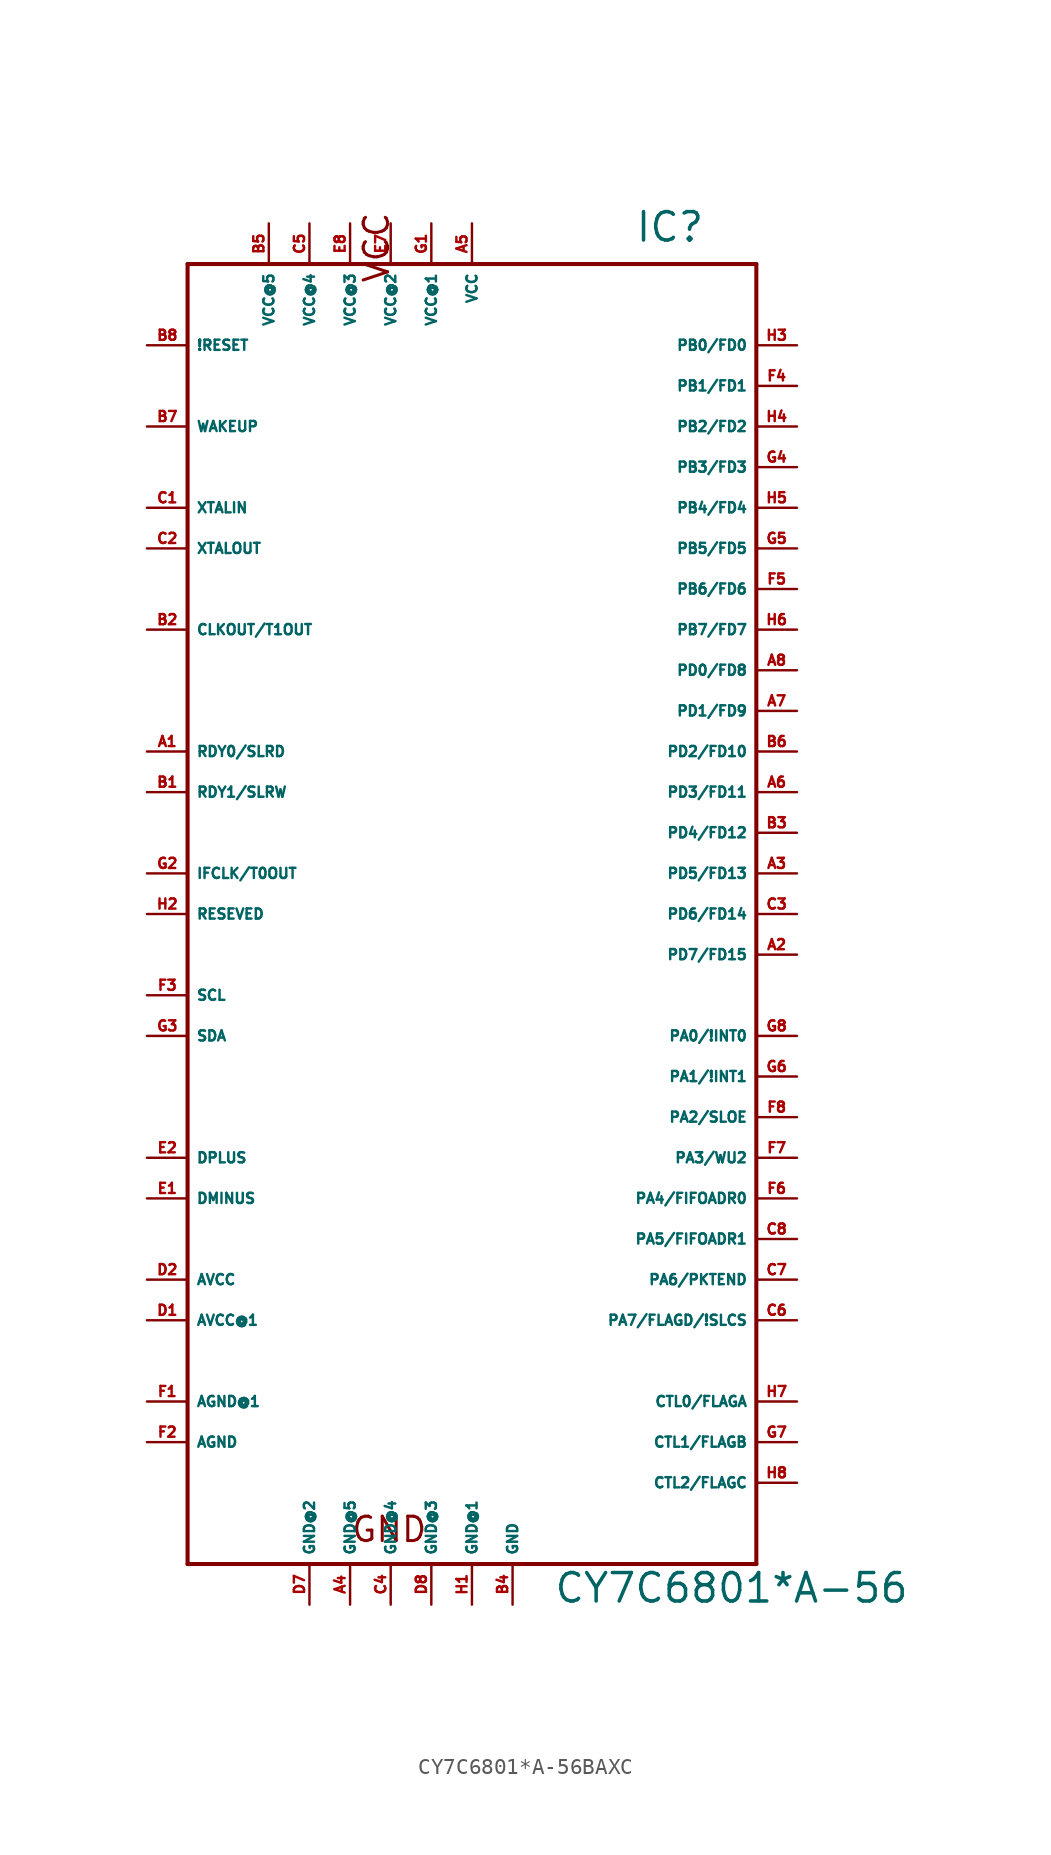
<source format=kicad_sym>
(kicad_symbol_lib
  (version 20220914)
  (generator Eagle2Kicad)
  (symbol "CY7C6801*A-56BAXC"
    (property "Reference" "IC"
      (at 10.16 39.37 0)
      (effects (font (size 1.778 1.778) (thickness 0.22)) (justify left bottom)))
    (property "Value" "CY7C6801*A-56"
      (at 5.08 -45.72 0)
      (effects (font (size 1.778 1.778) (thickness 0.22)) (justify left bottom)))
    (polyline
      (pts (xy -17.78 38.1) (xy 17.78 38.1))
      (stroke (width 0.254) (type default))
      (fill (type none)))
    (polyline
      (pts (xy 17.78 38.1) (xy 17.78 -43.18))
      (stroke (width 0.254) (type default))
      (fill (type none)))
    (polyline
      (pts (xy 17.78 -43.18) (xy -17.78 -43.18))
      (stroke (width 0.254) (type default))
      (fill (type none)))
    (polyline
      (pts (xy -17.78 -43.18) (xy -17.78 38.1))
      (stroke (width 0.254) (type default))
      (fill (type none)))
    (text "GND"
      (at -7.62 -41.91 0)
      (effects (font (size 1.524 1.524) (thickness 0.19)) (justify left bottom)))
    (text "VCC"
      (at -5.08 36.83 1800)
      (effects (font (size 1.524 1.524) (thickness 0.19)) (justify left bottom)))
    (pin input line
      (at -20.32 15.24 0)
      (length 2.54)
      (name "CLKOUT/T1OUT" (effects (font (size 0.635 0.635) (thickness 0.08)) (justify left bottom)))
      (number "B2" (effects (font (size 0.635 0.635) (thickness 0.08)) (justify left bottom))))
    (pin input line
      (at 0 40.64 270)
      (length 2.54)
      (name "VCC" (effects (font (size 0.635 0.635) (thickness 0.08)) (justify left bottom)))
      (number "A5" (effects (font (size 0.635 0.635) (thickness 0.08)) (justify left bottom))))
    (pin input line
      (at 2.54 -45.72 90)
      (length 2.54)
      (name "GND" (effects (font (size 0.635 0.635) (thickness 0.08)) (justify left bottom)))
      (number "B4" (effects (font (size 0.635 0.635) (thickness 0.08)) (justify left bottom))))
    (pin input line
      (at -20.32 7.62 0)
      (length 2.54)
      (name "RDY0/SLRD" (effects (font (size 0.635 0.635) (thickness 0.08)) (justify left bottom)))
      (number "A1" (effects (font (size 0.635 0.635) (thickness 0.08)) (justify left bottom))))
    (pin input line
      (at -20.32 5.08 0)
      (length 2.54)
      (name "RDY1/SLRW" (effects (font (size 0.635 0.635) (thickness 0.08)) (justify left bottom)))
      (number "B1" (effects (font (size 0.635 0.635) (thickness 0.08)) (justify left bottom))))
    (pin input line
      (at -20.32 -25.4 0)
      (length 2.54)
      (name "AVCC" (effects (font (size 0.635 0.635) (thickness 0.08)) (justify left bottom)))
      (number "D2" (effects (font (size 0.635 0.635) (thickness 0.08)) (justify left bottom))))
    (pin input line
      (at -20.32 20.32 0)
      (length 2.54)
      (name "XTALOUT" (effects (font (size 0.635 0.635) (thickness 0.08)) (justify left bottom)))
      (number "C2" (effects (font (size 0.635 0.635) (thickness 0.08)) (justify left bottom))))
    (pin input line
      (at -20.32 22.86 0)
      (length 2.54)
      (name "XTALIN" (effects (font (size 0.635 0.635) (thickness 0.08)) (justify left bottom)))
      (number "C1" (effects (font (size 0.635 0.635) (thickness 0.08)) (justify left bottom))))
    (pin input line
      (at -20.32 -35.56 0)
      (length 2.54)
      (name "AGND" (effects (font (size 0.635 0.635) (thickness 0.08)) (justify left bottom)))
      (number "F2" (effects (font (size 0.635 0.635) (thickness 0.08)) (justify left bottom))))
    (pin input line
      (at -20.32 -27.94 0)
      (length 2.54)
      (name "AVCC@1" (effects (font (size 0.635 0.635) (thickness 0.08)) (justify left bottom)))
      (number "D1" (effects (font (size 0.635 0.635) (thickness 0.08)) (justify left bottom))))
    (pin bidirectional line
      (at -20.32 -17.78 0)
      (length 2.54)
      (name "DPLUS" (effects (font (size 0.635 0.635) (thickness 0.08)) (justify left bottom)))
      (number "E2" (effects (font (size 0.635 0.635) (thickness 0.08)) (justify left bottom))))
    (pin bidirectional line
      (at -20.32 -20.32 0)
      (length 2.54)
      (name "DMINUS" (effects (font (size 0.635 0.635) (thickness 0.08)) (justify left bottom)))
      (number "E1" (effects (font (size 0.635 0.635) (thickness 0.08)) (justify left bottom))))
    (pin input line
      (at -20.32 -33.02 0)
      (length 2.54)
      (name "AGND@1" (effects (font (size 0.635 0.635) (thickness 0.08)) (justify left bottom)))
      (number "F1" (effects (font (size 0.635 0.635) (thickness 0.08)) (justify left bottom))))
    (pin input line
      (at -2.54 40.64 270)
      (length 2.54)
      (name "VCC@1" (effects (font (size 0.635 0.635) (thickness 0.08)) (justify left bottom)))
      (number "G1" (effects (font (size 0.635 0.635) (thickness 0.08)) (justify left bottom))))
    (pin input line
      (at 0 -45.72 90)
      (length 2.54)
      (name "GND@1" (effects (font (size 0.635 0.635) (thickness 0.08)) (justify left bottom)))
      (number "H1" (effects (font (size 0.635 0.635) (thickness 0.08)) (justify left bottom))))
    (pin bidirectional line
      (at -20.32 0 0)
      (length 2.54)
      (name "IFCLK/T0OUT" (effects (font (size 0.635 0.635) (thickness 0.08)) (justify left bottom)))
      (number "G2" (effects (font (size 0.635 0.635) (thickness 0.08)) (justify left bottom))))
    (pin input line
      (at -20.32 -2.54 0)
      (length 2.54)
      (name "RESEVED" (effects (font (size 0.635 0.635) (thickness 0.08)) (justify left bottom)))
      (number "H2" (effects (font (size 0.635 0.635) (thickness 0.08)) (justify left bottom))))
    (pin output line
      (at -20.32 -7.62 0)
      (length 2.54)
      (name "SCL" (effects (font (size 0.635 0.635) (thickness 0.08)) (justify left bottom)))
      (number "F3" (effects (font (size 0.635 0.635) (thickness 0.08)) (justify left bottom))))
    (pin bidirectional line
      (at -20.32 -10.16 0)
      (length 2.54)
      (name "SDA" (effects (font (size 0.635 0.635) (thickness 0.08)) (justify left bottom)))
      (number "G3" (effects (font (size 0.635 0.635) (thickness 0.08)) (justify left bottom))))
    (pin input line
      (at -5.08 40.64 270)
      (length 2.54)
      (name "VCC@2" (effects (font (size 0.635 0.635) (thickness 0.08)) (justify left bottom)))
      (number "E7" (effects (font (size 0.635 0.635) (thickness 0.08)) (justify left bottom))))
    (pin bidirectional line
      (at 20.32 33.02 180)
      (length 2.54)
      (name "PB0/FD0" (effects (font (size 0.635 0.635) (thickness 0.08)) (justify left bottom)))
      (number "H3" (effects (font (size 0.635 0.635) (thickness 0.08)) (justify left bottom))))
    (pin bidirectional line
      (at 20.32 30.48 180)
      (length 2.54)
      (name "PB1/FD1" (effects (font (size 0.635 0.635) (thickness 0.08)) (justify left bottom)))
      (number "F4" (effects (font (size 0.635 0.635) (thickness 0.08)) (justify left bottom))))
    (pin bidirectional line
      (at 20.32 27.94 180)
      (length 2.54)
      (name "PB2/FD2" (effects (font (size 0.635 0.635) (thickness 0.08)) (justify left bottom)))
      (number "H4" (effects (font (size 0.635 0.635) (thickness 0.08)) (justify left bottom))))
    (pin bidirectional line
      (at 20.32 25.4 180)
      (length 2.54)
      (name "PB3/FD3" (effects (font (size 0.635 0.635) (thickness 0.08)) (justify left bottom)))
      (number "G4" (effects (font (size 0.635 0.635) (thickness 0.08)) (justify left bottom))))
    (pin input line
      (at -7.62 40.64 270)
      (length 2.54)
      (name "VCC@3" (effects (font (size 0.635 0.635) (thickness 0.08)) (justify left bottom)))
      (number "E8" (effects (font (size 0.635 0.635) (thickness 0.08)) (justify left bottom))))
    (pin input line
      (at -2.54 -45.72 90)
      (length 2.54)
      (name "GND@3" (effects (font (size 0.635 0.635) (thickness 0.08)) (justify left bottom)))
      (number "D8" (effects (font (size 0.635 0.635) (thickness 0.08)) (justify left bottom))))
    (pin bidirectional line
      (at 20.32 22.86 180)
      (length 2.54)
      (name "PB4/FD4" (effects (font (size 0.635 0.635) (thickness 0.08)) (justify left bottom)))
      (number "H5" (effects (font (size 0.635 0.635) (thickness 0.08)) (justify left bottom))))
    (pin bidirectional line
      (at 20.32 20.32 180)
      (length 2.54)
      (name "PB5/FD5" (effects (font (size 0.635 0.635) (thickness 0.08)) (justify left bottom)))
      (number "G5" (effects (font (size 0.635 0.635) (thickness 0.08)) (justify left bottom))))
    (pin bidirectional line
      (at 20.32 17.78 180)
      (length 2.54)
      (name "PB6/FD6" (effects (font (size 0.635 0.635) (thickness 0.08)) (justify left bottom)))
      (number "F5" (effects (font (size 0.635 0.635) (thickness 0.08)) (justify left bottom))))
    (pin bidirectional line
      (at 20.32 15.24 180)
      (length 2.54)
      (name "PB7/FD7" (effects (font (size 0.635 0.635) (thickness 0.08)) (justify left bottom)))
      (number "H6" (effects (font (size 0.635 0.635) (thickness 0.08)) (justify left bottom))))
    (pin input line
      (at -5.08 -45.72 90)
      (length 2.54)
      (name "GND@4" (effects (font (size 0.635 0.635) (thickness 0.08)) (justify left bottom)))
      (number "C4" (effects (font (size 0.635 0.635) (thickness 0.08)) (justify left bottom))))
    (pin input line
      (at -10.16 40.64 270)
      (length 2.54)
      (name "VCC@4" (effects (font (size 0.635 0.635) (thickness 0.08)) (justify left bottom)))
      (number "C5" (effects (font (size 0.635 0.635) (thickness 0.08)) (justify left bottom))))
    (pin input line
      (at -7.62 -45.72 90)
      (length 2.54)
      (name "GND@5" (effects (font (size 0.635 0.635) (thickness 0.08)) (justify left bottom)))
      (number "A4" (effects (font (size 0.635 0.635) (thickness 0.08)) (justify left bottom))))
    (pin input line
      (at -12.7 40.64 270)
      (length 2.54)
      (name "VCC@5" (effects (font (size 0.635 0.635) (thickness 0.08)) (justify left bottom)))
      (number "B5" (effects (font (size 0.635 0.635) (thickness 0.08)) (justify left bottom))))
    (pin output line
      (at 20.32 -33.02 180)
      (length 2.54)
      (name "CTL0/FLAGA" (effects (font (size 0.635 0.635) (thickness 0.08)) (justify left bottom)))
      (number "H7" (effects (font (size 0.635 0.635) (thickness 0.08)) (justify left bottom))))
    (pin output line
      (at 20.32 -35.56 180)
      (length 2.54)
      (name "CTL1/FLAGB" (effects (font (size 0.635 0.635) (thickness 0.08)) (justify left bottom)))
      (number "G7" (effects (font (size 0.635 0.635) (thickness 0.08)) (justify left bottom))))
    (pin output line
      (at 20.32 -38.1 180)
      (length 2.54)
      (name "CTL2/FLAGC" (effects (font (size 0.635 0.635) (thickness 0.08)) (justify left bottom)))
      (number "H8" (effects (font (size 0.635 0.635) (thickness 0.08)) (justify left bottom))))
    (pin bidirectional line
      (at 20.32 -10.16 180)
      (length 2.54)
      (name "PA0/!INT0" (effects (font (size 0.635 0.635) (thickness 0.08)) (justify left bottom)))
      (number "G8" (effects (font (size 0.635 0.635) (thickness 0.08)) (justify left bottom))))
    (pin bidirectional line
      (at 20.32 -12.7 180)
      (length 2.54)
      (name "PA1/!INT1" (effects (font (size 0.635 0.635) (thickness 0.08)) (justify left bottom)))
      (number "G6" (effects (font (size 0.635 0.635) (thickness 0.08)) (justify left bottom))))
    (pin bidirectional line
      (at 20.32 -15.24 180)
      (length 2.54)
      (name "PA2/SLOE" (effects (font (size 0.635 0.635) (thickness 0.08)) (justify left bottom)))
      (number "F8" (effects (font (size 0.635 0.635) (thickness 0.08)) (justify left bottom))))
    (pin bidirectional line
      (at 20.32 -17.78 180)
      (length 2.54)
      (name "PA3/WU2" (effects (font (size 0.635 0.635) (thickness 0.08)) (justify left bottom)))
      (number "F7" (effects (font (size 0.635 0.635) (thickness 0.08)) (justify left bottom))))
    (pin bidirectional line
      (at 20.32 -20.32 180)
      (length 2.54)
      (name "PA4/FIFOADR0" (effects (font (size 0.635 0.635) (thickness 0.08)) (justify left bottom)))
      (number "F6" (effects (font (size 0.635 0.635) (thickness 0.08)) (justify left bottom))))
    (pin bidirectional line
      (at 20.32 -22.86 180)
      (length 2.54)
      (name "PA5/FIFOADR1" (effects (font (size 0.635 0.635) (thickness 0.08)) (justify left bottom)))
      (number "C8" (effects (font (size 0.635 0.635) (thickness 0.08)) (justify left bottom))))
    (pin bidirectional line
      (at 20.32 -25.4 180)
      (length 2.54)
      (name "PA6/PKTEND" (effects (font (size 0.635 0.635) (thickness 0.08)) (justify left bottom)))
      (number "C7" (effects (font (size 0.635 0.635) (thickness 0.08)) (justify left bottom))))
    (pin bidirectional line
      (at 20.32 -27.94 180)
      (length 2.54)
      (name "PA7/FLAGD/!SLCS" (effects (font (size 0.635 0.635) (thickness 0.08)) (justify left bottom)))
      (number "C6" (effects (font (size 0.635 0.635) (thickness 0.08)) (justify left bottom))))
    (pin bidirectional line
      (at 20.32 12.7 180)
      (length 2.54)
      (name "PD0/FD8" (effects (font (size 0.635 0.635) (thickness 0.08)) (justify left bottom)))
      (number "A8" (effects (font (size 0.635 0.635) (thickness 0.08)) (justify left bottom))))
    (pin bidirectional line
      (at 20.32 10.16 180)
      (length 2.54)
      (name "PD1/FD9" (effects (font (size 0.635 0.635) (thickness 0.08)) (justify left bottom)))
      (number "A7" (effects (font (size 0.635 0.635) (thickness 0.08)) (justify left bottom))))
    (pin bidirectional line
      (at 20.32 7.62 180)
      (length 2.54)
      (name "PD2/FD10" (effects (font (size 0.635 0.635) (thickness 0.08)) (justify left bottom)))
      (number "B6" (effects (font (size 0.635 0.635) (thickness 0.08)) (justify left bottom))))
    (pin bidirectional line
      (at 20.32 5.08 180)
      (length 2.54)
      (name "PD3/FD11" (effects (font (size 0.635 0.635) (thickness 0.08)) (justify left bottom)))
      (number "A6" (effects (font (size 0.635 0.635) (thickness 0.08)) (justify left bottom))))
    (pin bidirectional line
      (at 20.32 2.54 180)
      (length 2.54)
      (name "PD4/FD12" (effects (font (size 0.635 0.635) (thickness 0.08)) (justify left bottom)))
      (number "B3" (effects (font (size 0.635 0.635) (thickness 0.08)) (justify left bottom))))
    (pin bidirectional line
      (at 20.32 0 180)
      (length 2.54)
      (name "PD5/FD13" (effects (font (size 0.635 0.635) (thickness 0.08)) (justify left bottom)))
      (number "A3" (effects (font (size 0.635 0.635) (thickness 0.08)) (justify left bottom))))
    (pin bidirectional line
      (at 20.32 -2.54 180)
      (length 2.54)
      (name "PD6/FD14" (effects (font (size 0.635 0.635) (thickness 0.08)) (justify left bottom)))
      (number "C3" (effects (font (size 0.635 0.635) (thickness 0.08)) (justify left bottom))))
    (pin bidirectional line
      (at 20.32 -5.08 180)
      (length 2.54)
      (name "PD7/FD15" (effects (font (size 0.635 0.635) (thickness 0.08)) (justify left bottom)))
      (number "A2" (effects (font (size 0.635 0.635) (thickness 0.08)) (justify left bottom))))
    (pin input line
      (at -20.32 27.94 0)
      (length 2.54)
      (name "WAKEUP" (effects (font (size 0.635 0.635) (thickness 0.08)) (justify left bottom)))
      (number "B7" (effects (font (size 0.635 0.635) (thickness 0.08)) (justify left bottom))))
    (pin input line
      (at -10.16 -45.72 90)
      (length 2.54)
      (name "GND@2" (effects (font (size 0.635 0.635) (thickness 0.08)) (justify left bottom)))
      (number "D7" (effects (font (size 0.635 0.635) (thickness 0.08)) (justify left bottom))))
    (pin input line
      (at -20.32 33.02 0)
      (length 2.54)
      (name "!RESET" (effects (font (size 0.635 0.635) (thickness 0.08)) (justify left bottom)))
      (number "B8" (effects (font (size 0.635 0.635) (thickness 0.08)) (justify left bottom))))))
</source>
